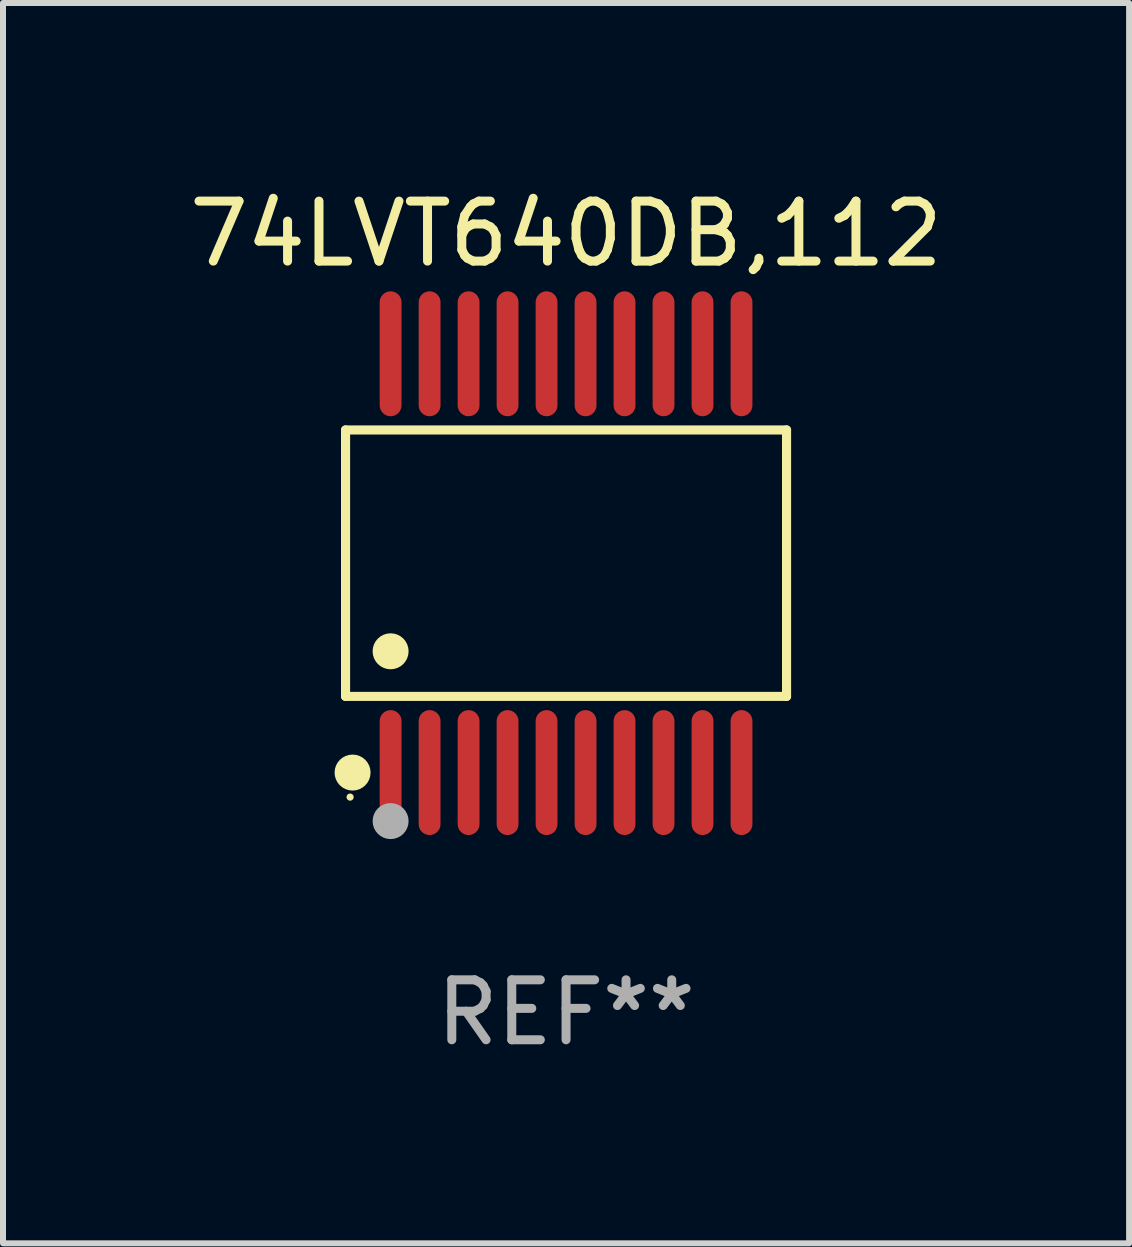
<source format=kicad_pcb>
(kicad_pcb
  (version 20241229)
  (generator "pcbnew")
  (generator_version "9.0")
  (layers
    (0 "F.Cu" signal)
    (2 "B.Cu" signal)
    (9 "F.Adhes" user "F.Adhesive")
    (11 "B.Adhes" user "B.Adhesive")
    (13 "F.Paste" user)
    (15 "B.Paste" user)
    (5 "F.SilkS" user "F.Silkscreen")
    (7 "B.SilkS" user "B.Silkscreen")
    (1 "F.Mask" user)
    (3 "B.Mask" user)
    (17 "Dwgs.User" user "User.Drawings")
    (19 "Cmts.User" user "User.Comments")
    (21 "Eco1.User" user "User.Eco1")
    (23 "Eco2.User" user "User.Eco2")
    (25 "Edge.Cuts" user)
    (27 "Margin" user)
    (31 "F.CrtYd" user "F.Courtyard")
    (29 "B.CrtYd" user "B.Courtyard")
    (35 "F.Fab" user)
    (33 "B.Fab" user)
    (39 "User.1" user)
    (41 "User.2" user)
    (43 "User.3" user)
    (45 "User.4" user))
  (footprint "74LVT640DB,112"
    (layer "F.Cu")
    (at 6.387 6.339)
    (property "Reference" "74LVT640DB,112" (at 0 -5.491 0) (layer "F.SilkS") (effects (font (size 1 1) (thickness 0.15))))
    (attr through_hole)
    (fp_line (start -3.676 -2.221) (end 3.676 -2.221) (stroke (width 0.152) (type solid)) (layer "F.SilkS"))
    (fp_line (start -3.676 2.221) (end -3.676 -2.221) (stroke (width 0.152) (type solid)) (layer "F.SilkS"))
    (fp_line (start 3.676 -2.221) (end 3.676 2.221) (stroke (width 0.152) (type solid)) (layer "F.SilkS"))
    (fp_line (start 3.676 2.221) (end -3.676 2.221) (stroke (width 0.152) (type solid)) (layer "F.SilkS"))
    (fp_circle (center -3.6 3.9) (end -3.57 3.9) (stroke (width 0.06) (type solid)) (fill no) (layer "F.SilkS"))
    (fp_circle (center -3.559 3.491) (end -3.409 3.491) (stroke (width 0.3) (type solid)) (fill no) (layer "F.SilkS"))
    (fp_circle (center -2.925 1.469) (end -2.775 1.469) (stroke (width 0.3) (type solid)) (fill no) (layer "F.SilkS"))
    (fp_circle (center -2.925 4.3) (end -2.775 4.3) (stroke (width 0.3) (type solid)) (fill no) (layer "F.Fab"))
    (fp_text user "REF**" (at 0 7.491 0) (layer "F.Fab") (effects (font (size 1 1) (thickness 0.15))))
    (pad "1" smd oval (at -2.925 3.491) (size 0.364 2.082) (layers "F.Cu" "F.Mask" "F.Paste"))
    (pad "2" smd oval (at -2.275 3.491) (size 0.364 2.082) (layers "F.Cu" "F.Mask" "F.Paste"))
    (pad "3" smd oval (at -1.625 3.491) (size 0.364 2.082) (layers "F.Cu" "F.Mask" "F.Paste"))
    (pad "4" smd oval (at -0.975 3.491) (size 0.364 2.082) (layers "F.Cu" "F.Mask" "F.Paste"))
    (pad "5" smd oval (at -0.325 3.491) (size 0.364 2.082) (layers "F.Cu" "F.Mask" "F.Paste"))
    (pad "6" smd oval (at 0.325 3.491) (size 0.364 2.082) (layers "F.Cu" "F.Mask" "F.Paste"))
    (pad "7" smd oval (at 0.975 3.491) (size 0.364 2.082) (layers "F.Cu" "F.Mask" "F.Paste"))
    (pad "8" smd oval (at 1.625 3.491) (size 0.364 2.082) (layers "F.Cu" "F.Mask" "F.Paste"))
    (pad "9" smd oval (at 2.275 3.491) (size 0.364 2.082) (layers "F.Cu" "F.Mask" "F.Paste"))
    (pad "10" smd oval (at 2.925 3.491) (size 0.364 2.082) (layers "F.Cu" "F.Mask" "F.Paste"))
    (pad "11" smd oval (at 2.925 -3.491) (size 0.364 2.082) (layers "F.Cu" "F.Mask" "F.Paste"))
    (pad "12" smd oval (at 2.275 -3.491) (size 0.364 2.082) (layers "F.Cu" "F.Mask" "F.Paste"))
    (pad "13" smd oval (at 1.625 -3.491) (size 0.364 2.082) (layers "F.Cu" "F.Mask" "F.Paste"))
    (pad "14" smd oval (at 0.975 -3.491) (size 0.364 2.082) (layers "F.Cu" "F.Mask" "F.Paste"))
    (pad "15" smd oval (at 0.325 -3.491) (size 0.364 2.082) (layers "F.Cu" "F.Mask" "F.Paste"))
    (pad "16" smd oval (at -0.325 -3.491) (size 0.364 2.082) (layers "F.Cu" "F.Mask" "F.Paste"))
    (pad "17" smd oval (at -0.975 -3.491) (size 0.364 2.082) (layers "F.Cu" "F.Mask" "F.Paste"))
    (pad "18" smd oval (at -1.625 -3.491) (size 0.364 2.082) (layers "F.Cu" "F.Mask" "F.Paste"))
    (pad "19" smd oval (at -2.275 -3.491) (size 0.364 2.082) (layers "F.Cu" "F.Mask" "F.Paste"))
    (pad "20" smd oval (at -2.925 -3.491) (size 0.364 2.082) (layers "F.Cu" "F.Mask" "F.Paste")))
  (gr_rect
    (start -3 -3)
    (end 15.774 17.678)
    (stroke (width 0.1) (type default))
    (fill no)
    (layer "Edge.Cuts")))
</source>
